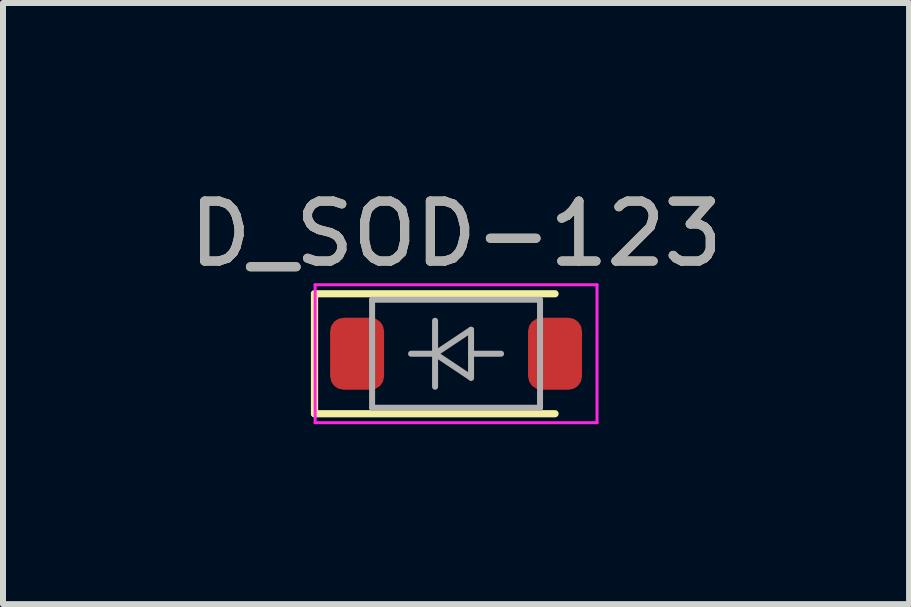
<source format=kicad_pcb>
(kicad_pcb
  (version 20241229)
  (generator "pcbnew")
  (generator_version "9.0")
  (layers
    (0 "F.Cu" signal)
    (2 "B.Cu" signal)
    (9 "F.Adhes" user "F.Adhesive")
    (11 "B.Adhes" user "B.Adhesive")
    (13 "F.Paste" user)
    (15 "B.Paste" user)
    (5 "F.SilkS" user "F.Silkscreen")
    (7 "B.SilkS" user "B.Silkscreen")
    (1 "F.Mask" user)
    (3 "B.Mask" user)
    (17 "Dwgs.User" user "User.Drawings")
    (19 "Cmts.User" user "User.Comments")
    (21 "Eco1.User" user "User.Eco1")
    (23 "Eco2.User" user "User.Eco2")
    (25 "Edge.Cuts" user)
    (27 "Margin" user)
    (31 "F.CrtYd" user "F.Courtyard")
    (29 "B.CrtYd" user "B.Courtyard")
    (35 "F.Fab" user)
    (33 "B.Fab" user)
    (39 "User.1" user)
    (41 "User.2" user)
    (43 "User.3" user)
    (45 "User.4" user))
  (footprint "D_SOD-123"
    (layer "F.Cu")
    (at 4.554 2.848)
    (property "Reference" "D_SOD-123" (at 0 -2 0) (layer "F.SilkS") (effects (font (size 1 1) (thickness 0.15))))
    (attr smd)
    (fp_line (start -2.36 -1) (end -2.36 1) (stroke (width 0.12) (type solid)) (layer "F.SilkS"))
    (fp_line (start -2.36 -1) (end 1.65 -1) (stroke (width 0.12) (type solid)) (layer "F.SilkS"))
    (fp_line (start -2.36 1) (end 1.65 1) (stroke (width 0.12) (type solid)) (layer "F.SilkS"))
    (fp_line (start -2.35 -1.15) (end -2.35 1.15) (stroke (width 0.05) (type solid)) (layer "F.CrtYd"))
    (fp_line (start -2.35 -1.15) (end 2.35 -1.15) (stroke (width 0.05) (type solid)) (layer "F.CrtYd"))
    (fp_line (start 2.35 -1.15) (end 2.35 1.15) (stroke (width 0.05) (type solid)) (layer "F.CrtYd"))
    (fp_line (start 2.35 1.15) (end -2.35 1.15) (stroke (width 0.05) (type solid)) (layer "F.CrtYd"))
    (fp_line (start -1.4 -0.9) (end 1.4 -0.9) (stroke (width 0.1) (type solid)) (layer "F.Fab"))
    (fp_line (start -1.4 0.9) (end -1.4 -0.9) (stroke (width 0.1) (type solid)) (layer "F.Fab"))
    (fp_line (start -0.75 0) (end -0.35 0) (stroke (width 0.1) (type solid)) (layer "F.Fab"))
    (fp_line (start -0.35 0) (end -0.35 -0.55) (stroke (width 0.1) (type solid)) (layer "F.Fab"))
    (fp_line (start -0.35 0) (end -0.35 0.55) (stroke (width 0.1) (type solid)) (layer "F.Fab"))
    (fp_line (start -0.35 0) (end 0.25 -0.4) (stroke (width 0.1) (type solid)) (layer "F.Fab"))
    (fp_line (start 0.25 -0.4) (end 0.25 0.4) (stroke (width 0.1) (type solid)) (layer "F.Fab"))
    (fp_line (start 0.25 0) (end 0.75 0) (stroke (width 0.1) (type solid)) (layer "F.Fab"))
    (fp_line (start 0.25 0.4) (end -0.35 0) (stroke (width 0.1) (type solid)) (layer "F.Fab"))
    (fp_line (start 1.4 -0.9) (end 1.4 0.9) (stroke (width 0.1) (type solid)) (layer "F.Fab"))
    (fp_line (start 1.4 0.9) (end -1.4 0.9) (stroke (width 0.1) (type solid)) (layer "F.Fab"))
    (fp_text user "${REFERENCE}" (at 0 -2 0) (layer "F.Fab") (effects (font (size 1 1) (thickness 0.15))))
    (pad "1" smd roundrect (at -1.65 0) (size 0.9 1.2) (layers "F.Cu" "F.Mask" "F.Paste") (roundrect_rratio 0.25))
    (pad "2" smd roundrect (at 1.65 0) (size 0.9 1.2) (layers "F.Cu" "F.Mask" "F.Paste") (roundrect_rratio 0.25)))
  (gr_rect
    (start -3 -3)
    (end 12.107 7.023)
    (stroke (width 0.1) (type default))
    (fill no)
    (layer "Edge.Cuts")))
</source>
